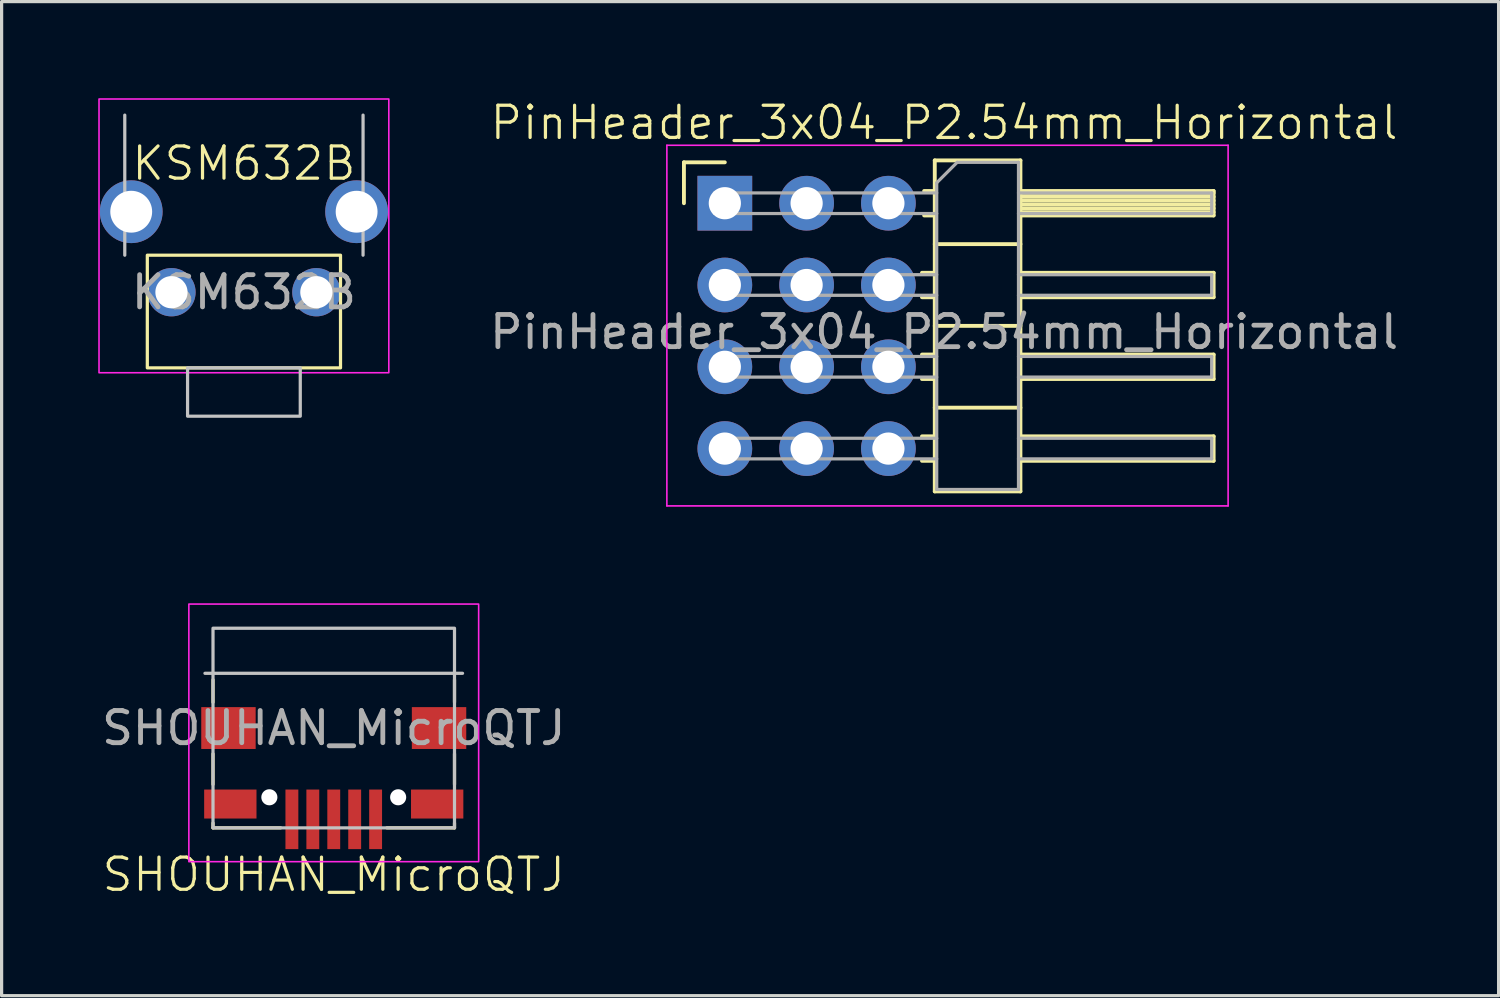
<source format=kicad_pcb>
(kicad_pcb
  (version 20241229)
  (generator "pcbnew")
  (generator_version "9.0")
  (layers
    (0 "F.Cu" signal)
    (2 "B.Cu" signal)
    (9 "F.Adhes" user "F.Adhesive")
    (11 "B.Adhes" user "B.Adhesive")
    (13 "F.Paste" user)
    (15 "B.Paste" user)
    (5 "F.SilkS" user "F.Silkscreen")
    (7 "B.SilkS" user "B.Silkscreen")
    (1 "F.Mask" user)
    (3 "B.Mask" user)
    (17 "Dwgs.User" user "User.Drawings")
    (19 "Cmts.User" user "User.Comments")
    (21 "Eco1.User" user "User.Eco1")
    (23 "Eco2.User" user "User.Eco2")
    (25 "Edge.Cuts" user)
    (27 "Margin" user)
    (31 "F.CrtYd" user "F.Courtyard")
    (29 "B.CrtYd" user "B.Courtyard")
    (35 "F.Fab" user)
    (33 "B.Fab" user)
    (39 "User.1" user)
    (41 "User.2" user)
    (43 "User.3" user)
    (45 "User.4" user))
  (footprint "PinHeader_3x04_P2.54mm_Horizontal"
    (layer "F.Cu")
    (at 26.27 7.261)
    (property "Reference" "PinHeader_3x04_P2.54mm_Horizontal" (at 0 -6.5 0) (unlocked yes) (layer "F.SilkS") (effects (font (size 1 1) (thickness 0.1))))
    (attr smd)
    (fp_line (start -8.08 -5.27) (end -6.81 -5.27) (stroke (width 0.12) (type solid)) (layer "F.SilkS"))
    (fp_line (start -8.08 -4) (end -8.08 -5.27) (stroke (width 0.12) (type solid)) (layer "F.SilkS"))
    (fp_line (start -0.687 -1.84) (end -0.29 -1.84) (stroke (width 0.12) (type solid)) (layer "F.SilkS"))
    (fp_line (start -0.687 -1.08) (end -0.29 -1.08) (stroke (width 0.12) (type solid)) (layer "F.SilkS"))
    (fp_line (start -0.687 0.7) (end -0.29 0.7) (stroke (width 0.12) (type solid)) (layer "F.SilkS"))
    (fp_line (start -0.687 1.46) (end -0.29 1.46) (stroke (width 0.12) (type solid)) (layer "F.SilkS"))
    (fp_line (start -0.687 3.24) (end -0.29 3.24) (stroke (width 0.12) (type solid)) (layer "F.SilkS"))
    (fp_line (start -0.687 4) (end -0.29 4) (stroke (width 0.12) (type solid)) (layer "F.SilkS"))
    (fp_line (start -0.62 -4.38) (end -0.29 -4.38) (stroke (width 0.12) (type solid)) (layer "F.SilkS"))
    (fp_line (start -0.62 -3.62) (end -0.29 -3.62) (stroke (width 0.12) (type solid)) (layer "F.SilkS"))
    (fp_line (start -0.29 -5.33) (end -0.29 4.95) (stroke (width 0.12) (type solid)) (layer "F.SilkS"))
    (fp_line (start -0.29 -2.73) (end 2.37 -2.73) (stroke (width 0.12) (type solid)) (layer "F.SilkS"))
    (fp_line (start -0.29 -0.19) (end 2.37 -0.19) (stroke (width 0.12) (type solid)) (layer "F.SilkS"))
    (fp_line (start -0.29 2.35) (end 2.37 2.35) (stroke (width 0.12) (type solid)) (layer "F.SilkS"))
    (fp_line (start -0.29 4.95) (end 2.37 4.95) (stroke (width 0.12) (type solid)) (layer "F.SilkS"))
    (fp_line (start 2.37 -5.33) (end -0.29 -5.33) (stroke (width 0.12) (type solid)) (layer "F.SilkS"))
    (fp_line (start 2.37 -4.38) (end 8.37 -4.38) (stroke (width 0.12) (type solid)) (layer "F.SilkS"))
    (fp_line (start 2.37 -4.32) (end 8.37 -4.32) (stroke (width 0.12) (type solid)) (layer "F.SilkS"))
    (fp_line (start 2.37 -4.2) (end 8.37 -4.2) (stroke (width 0.12) (type solid)) (layer "F.SilkS"))
    (fp_line (start 2.37 -4.08) (end 8.37 -4.08) (stroke (width 0.12) (type solid)) (layer "F.SilkS"))
    (fp_line (start 2.37 -3.96) (end 8.37 -3.96) (stroke (width 0.12) (type solid)) (layer "F.SilkS"))
    (fp_line (start 2.37 -3.84) (end 8.37 -3.84) (stroke (width 0.12) (type solid)) (layer "F.SilkS"))
    (fp_line (start 2.37 -3.72) (end 8.37 -3.72) (stroke (width 0.12) (type solid)) (layer "F.SilkS"))
    (fp_line (start 2.37 -1.84) (end 8.37 -1.84) (stroke (width 0.12) (type solid)) (layer "F.SilkS"))
    (fp_line (start 2.37 0.7) (end 8.37 0.7) (stroke (width 0.12) (type solid)) (layer "F.SilkS"))
    (fp_line (start 2.37 3.24) (end 8.37 3.24) (stroke (width 0.12) (type solid)) (layer "F.SilkS"))
    (fp_line (start 2.37 4.95) (end 2.37 -5.33) (stroke (width 0.12) (type solid)) (layer "F.SilkS"))
    (fp_line (start 8.37 -4.38) (end 8.37 -3.62) (stroke (width 0.12) (type solid)) (layer "F.SilkS"))
    (fp_line (start 8.37 -3.62) (end 2.37 -3.62) (stroke (width 0.12) (type solid)) (layer "F.SilkS"))
    (fp_line (start 8.37 -1.84) (end 8.37 -1.08) (stroke (width 0.12) (type solid)) (layer "F.SilkS"))
    (fp_line (start 8.37 -1.08) (end 2.37 -1.08) (stroke (width 0.12) (type solid)) (layer "F.SilkS"))
    (fp_line (start 8.37 0.7) (end 8.37 1.46) (stroke (width 0.12) (type solid)) (layer "F.SilkS"))
    (fp_line (start 8.37 1.46) (end 2.37 1.46) (stroke (width 0.12) (type solid)) (layer "F.SilkS"))
    (fp_line (start 8.37 3.24) (end 8.37 4) (stroke (width 0.12) (type solid)) (layer "F.SilkS"))
    (fp_line (start 8.37 4) (end 2.37 4) (stroke (width 0.12) (type solid)) (layer "F.SilkS"))
    (fp_line (start -8.61 -5.8) (end -8.61 5.4) (stroke (width 0.05) (type solid)) (layer "F.CrtYd"))
    (fp_line (start -8.61 5.4) (end 8.82 5.4) (stroke (width 0.05) (type solid)) (layer "F.CrtYd"))
    (fp_line (start 8.82 -5.8) (end -8.61 -5.8) (stroke (width 0.05) (type solid)) (layer "F.CrtYd"))
    (fp_line (start 8.82 5.4) (end 8.82 -5.8) (stroke (width 0.05) (type solid)) (layer "F.CrtYd"))
    (fp_line (start -7.13 -4.32) (end -7.13 -3.68) (stroke (width 0.1) (type solid)) (layer "F.Fab"))
    (fp_line (start -7.13 -4.32) (end -0.23 -4.32) (stroke (width 0.1) (type solid)) (layer "F.Fab"))
    (fp_line (start -7.13 -3.68) (end -0.23 -3.68) (stroke (width 0.1) (type solid)) (layer "F.Fab"))
    (fp_line (start -7.13 -1.78) (end -7.13 -1.14) (stroke (width 0.1) (type solid)) (layer "F.Fab"))
    (fp_line (start -7.13 -1.78) (end -0.23 -1.78) (stroke (width 0.1) (type solid)) (layer "F.Fab"))
    (fp_line (start -7.13 -1.14) (end -0.23 -1.14) (stroke (width 0.1) (type solid)) (layer "F.Fab"))
    (fp_line (start -7.13 0.76) (end -7.13 1.4) (stroke (width 0.1) (type solid)) (layer "F.Fab"))
    (fp_line (start -7.13 0.76) (end -0.23 0.76) (stroke (width 0.1) (type solid)) (layer "F.Fab"))
    (fp_line (start -7.13 1.4) (end -0.23 1.4) (stroke (width 0.1) (type solid)) (layer "F.Fab"))
    (fp_line (start -7.13 3.3) (end -7.13 3.94) (stroke (width 0.1) (type solid)) (layer "F.Fab"))
    (fp_line (start -7.13 3.3) (end -0.23 3.3) (stroke (width 0.1) (type solid)) (layer "F.Fab"))
    (fp_line (start -7.13 3.94) (end -0.23 3.94) (stroke (width 0.1) (type solid)) (layer "F.Fab"))
    (fp_line (start -0.23 -4.635) (end 0.405 -5.27) (stroke (width 0.1) (type solid)) (layer "F.Fab"))
    (fp_line (start -0.23 4.89) (end -0.23 -4.635) (stroke (width 0.1) (type solid)) (layer "F.Fab"))
    (fp_line (start 0.405 -5.27) (end 2.31 -5.27) (stroke (width 0.1) (type solid)) (layer "F.Fab"))
    (fp_line (start 2.31 -5.27) (end 2.31 4.89) (stroke (width 0.1) (type solid)) (layer "F.Fab"))
    (fp_line (start 2.31 -4.32) (end 8.31 -4.32) (stroke (width 0.1) (type solid)) (layer "F.Fab"))
    (fp_line (start 2.31 -3.68) (end 8.31 -3.68) (stroke (width 0.1) (type solid)) (layer "F.Fab"))
    (fp_line (start 2.31 -1.78) (end 8.31 -1.78) (stroke (width 0.1) (type solid)) (layer "F.Fab"))
    (fp_line (start 2.31 -1.14) (end 8.31 -1.14) (stroke (width 0.1) (type solid)) (layer "F.Fab"))
    (fp_line (start 2.31 0.76) (end 8.31 0.76) (stroke (width 0.1) (type solid)) (layer "F.Fab"))
    (fp_line (start 2.31 1.4) (end 8.31 1.4) (stroke (width 0.1) (type solid)) (layer "F.Fab"))
    (fp_line (start 2.31 3.3) (end 8.31 3.3) (stroke (width 0.1) (type solid)) (layer "F.Fab"))
    (fp_line (start 2.31 3.94) (end 8.31 3.94) (stroke (width 0.1) (type solid)) (layer "F.Fab"))
    (fp_line (start 2.31 4.89) (end -0.23 4.89) (stroke (width 0.1) (type solid)) (layer "F.Fab"))
    (fp_line (start 8.31 -4.32) (end 8.31 -3.68) (stroke (width 0.1) (type solid)) (layer "F.Fab"))
    (fp_line (start 8.31 -1.78) (end 8.31 -1.14) (stroke (width 0.1) (type solid)) (layer "F.Fab"))
    (fp_line (start 8.31 0.76) (end 8.31 1.4) (stroke (width 0.1) (type solid)) (layer "F.Fab"))
    (fp_line (start 8.31 3.3) (end 8.31 3.94) (stroke (width 0.1) (type solid)) (layer "F.Fab"))
    (fp_text user "${REFERENCE}" (at 0 0 0) (unlocked yes) (layer "F.Fab") (effects (font (size 1 1) (thickness 0.15))))
    (pad "1" thru_hole rect (at -6.81 -4) (size 1.7 1.7) (drill 1) (layers "*.Cu" "*.Mask"))
    (pad "2" thru_hole oval (at -4.27 -4) (size 1.7 1.7) (drill 1) (layers "*.Cu" "*.Mask"))
    (pad "3" thru_hole oval (at -1.73 -4) (size 1.7 1.7) (drill 1) (layers "*.Cu" "*.Mask"))
    (pad "4" thru_hole oval (at -6.81 -1.46) (size 1.7 1.7) (drill 1) (layers "*.Cu" "*.Mask"))
    (pad "5" thru_hole oval (at -4.27 -1.46) (size 1.7 1.7) (drill 1) (layers "*.Cu" "*.Mask"))
    (pad "6" thru_hole oval (at -1.73 -1.46) (size 1.7 1.7) (drill 1) (layers "*.Cu" "*.Mask"))
    (pad "7" thru_hole oval (at -6.81 1.08) (size 1.7 1.7) (drill 1) (layers "*.Cu" "*.Mask"))
    (pad "8" thru_hole oval (at -4.27 1.08) (size 1.7 1.7) (drill 1) (layers "*.Cu" "*.Mask"))
    (pad "9" thru_hole oval (at -1.73 1.08) (size 1.7 1.7) (drill 1) (layers "*.Cu" "*.Mask"))
    (pad "10" thru_hole oval (at -6.81 3.62) (size 1.7 1.7) (drill 1) (layers "*.Cu" "*.Mask"))
    (pad "11" thru_hole oval (at -4.27 3.62) (size 1.7 1.7) (drill 1) (layers "*.Cu" "*.Mask"))
    (pad "12" thru_hole oval (at -1.73 3.62) (size 1.7 1.7) (drill 1) (layers "*.Cu" "*.Mask")))
  (footprint "KSM632B"
    (layer "F.Cu")
    (at 4.525 3.525)
    (property "Reference" "KSM632B" (at 0 -1.5 0) (unlocked yes) (layer "F.SilkS") (effects (font (size 1 1) (thickness 0.1))))
    (attr smd)
    (fp_rect (start -3 1.35) (end 3 4.85) (stroke (width 0.1) (type solid)) (fill no) (layer "F.SilkS"))
    (fp_line (start -3.7 1.35) (end -3.7 -3) (stroke (width 0.1) (type solid)) (layer "Dwgs.User"))
    (fp_line (start 3.7 1.35) (end 3.7 -3) (stroke (width 0.1) (type solid)) (layer "Dwgs.User"))
    (fp_rect (start -1.75 4.85) (end 1.75 6.35) (stroke (width 0.1) (type solid)) (fill no) (layer "Dwgs.User"))
    (fp_rect (start -4.5 -3.5) (end 4.5 5) (stroke (width 0.05) (type default)) (fill no) (layer "F.CrtYd"))
    (fp_text user "${REFERENCE}" (at 0 2.5 0) (unlocked yes) (layer "F.Fab") (effects (font (size 1 1) (thickness 0.15))))
    (pad "1" thru_hole circle (at 2.25 2.5) (size 1.5 1.5) (drill 1) (layers "*.Cu" "*.Mask"))
    (pad "2" thru_hole circle (at -2.25 2.5) (size 1.5 1.5) (drill 1) (layers "*.Cu" "*.Mask"))
    (pad "SH" thru_hole circle (at -3.5 0) (size 1.95 1.95) (drill 1.3) (layers "*.Cu" "*.Mask"))
    (pad "SH" thru_hole circle (at 3.5 0) (size 1.95 1.95) (drill 1.3) (layers "*.Cu" "*.Mask")))
  (footprint "SHOUHAN_MicroQTJ"
    (layer "F.Cu")
    (at 7.315 21.71)
    (property "Reference" "SHOUHAN_MicroQTJ" (at 0 2.4 0) (unlocked yes) (layer "F.SilkS") (effects (font (size 1 1) (thickness 0.1))))
    (attr smd)
    (fp_line (start -3.75 -2.95) (end -3.75 -3.65) (stroke (width 0.1) (type solid)) (layer "F.SilkS"))
    (fp_line (start -3.75 -0.4) (end -3.75 -1.35) (stroke (width 0.1) (type solid)) (layer "F.SilkS"))
    (fp_line (start -3.75 0.95) (end -3.75 0.8) (stroke (width 0.1) (type default)) (layer "F.SilkS"))
    (fp_line (start -3.75 0.95) (end -1.65 0.95) (stroke (width 0.1) (type default)) (layer "F.SilkS"))
    (fp_line (start 3.75 -2.95) (end 3.75 -3.65) (stroke (width 0.1) (type solid)) (layer "F.SilkS"))
    (fp_line (start 3.75 -0.4) (end 3.75 -1.35) (stroke (width 0.1) (type solid)) (layer "F.SilkS"))
    (fp_line (start 3.75 0.95) (end 1.65 0.95) (stroke (width 0.1) (type default)) (layer "F.SilkS"))
    (fp_line (start 3.75 0.95) (end 3.75 0.8) (stroke (width 0.1) (type default)) (layer "F.SilkS"))
    (fp_line (start 4 -3.85) (end -4 -3.85) (stroke (width 0.1) (type solid)) (layer "Dwgs.User"))
    (fp_rect (start -3.75 -5.25) (end 3.75 0.95) (stroke (width 0.1) (type solid)) (fill no) (layer "Dwgs.User"))
    (fp_rect (start -4.5 -6) (end 4.5 2) (stroke (width 0.05) (type default)) (fill no) (layer "F.CrtYd"))
    (fp_text user "${REFERENCE}" (at 0 -2.15 0) (unlocked yes) (layer "F.Fab") (effects (font (size 1 1) (thickness 0.15))))
    (pad "" np_thru_hole circle (at -2 0) (size 0.5 0.5) (drill 0.5) (layers "*.Cu" "*.Mask"))
    (pad "" np_thru_hole circle (at 2 0) (size 0.5 0.5) (drill 0.5) (layers "*.Cu" "*.Mask"))
    (pad "1" smd rect (at 1.3 0.685) (size 0.4 1.85) (layers "F.Cu" "F.Mask" "F.Paste"))
    (pad "2" smd rect (at 0.65 0.685) (size 0.4 1.85) (layers "F.Cu" "F.Mask" "F.Paste"))
    (pad "3" smd rect (at 0 0.685) (size 0.4 1.85) (layers "F.Cu" "F.Mask" "F.Paste"))
    (pad "4" smd rect (at -0.65 0.685) (size 0.4 1.85) (layers "F.Cu" "F.Mask" "F.Paste"))
    (pad "5" smd rect (at -1.3 0.685) (size 0.4 1.85) (layers "F.Cu" "F.Mask" "F.Paste"))
    (pad "6" smd rect (at -3.27 -2.15) (size 1.69 1.3) (layers "F.Cu" "F.Mask" "F.Paste"))
    (pad "6" smd rect (at -3.212 0.21) (size 1.625 0.9) (layers "F.Cu" "F.Mask" "F.Paste"))
    (pad "6" smd rect (at 3.212 0.21) (size 1.625 0.9) (layers "F.Cu" "F.Mask" "F.Paste"))
    (pad "6" smd rect (at 3.27 -2.15) (size 1.69 1.3) (layers "F.Cu" "F.Mask" "F.Paste")))
  (gr_rect
    (start -3 -3)
    (end 43.49 27.871)
    (stroke (width 0.1) (type default))
    (fill no)
    (layer "Edge.Cuts")))
</source>
